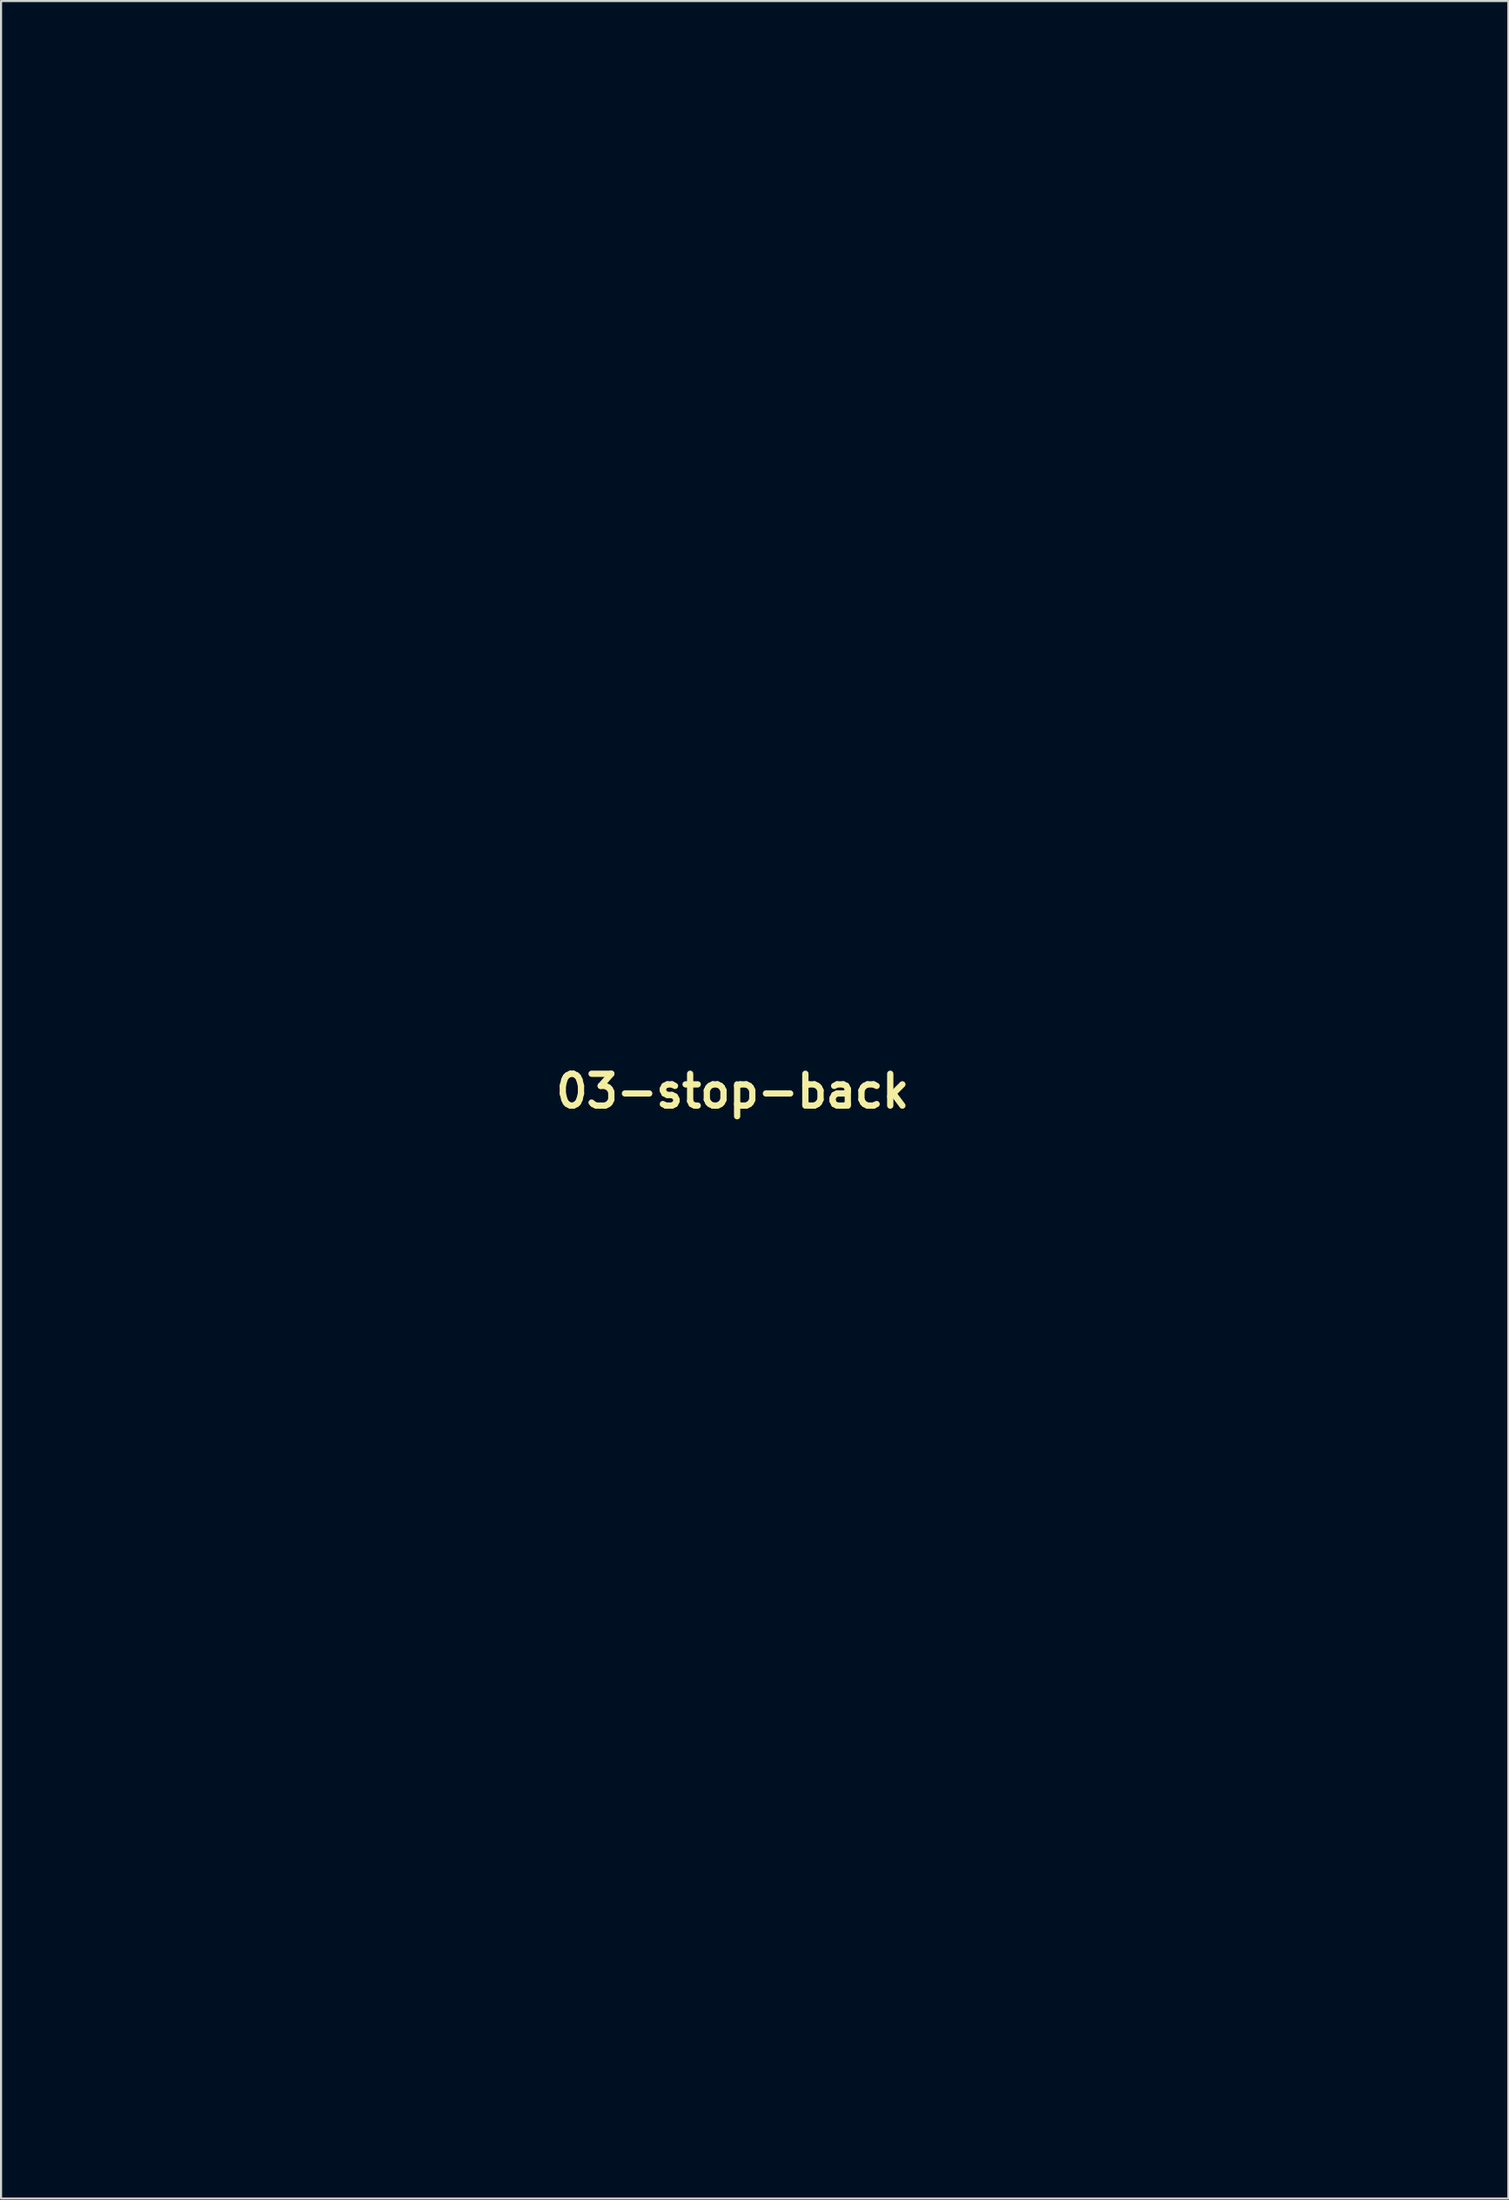
<source format=kicad_pcb>
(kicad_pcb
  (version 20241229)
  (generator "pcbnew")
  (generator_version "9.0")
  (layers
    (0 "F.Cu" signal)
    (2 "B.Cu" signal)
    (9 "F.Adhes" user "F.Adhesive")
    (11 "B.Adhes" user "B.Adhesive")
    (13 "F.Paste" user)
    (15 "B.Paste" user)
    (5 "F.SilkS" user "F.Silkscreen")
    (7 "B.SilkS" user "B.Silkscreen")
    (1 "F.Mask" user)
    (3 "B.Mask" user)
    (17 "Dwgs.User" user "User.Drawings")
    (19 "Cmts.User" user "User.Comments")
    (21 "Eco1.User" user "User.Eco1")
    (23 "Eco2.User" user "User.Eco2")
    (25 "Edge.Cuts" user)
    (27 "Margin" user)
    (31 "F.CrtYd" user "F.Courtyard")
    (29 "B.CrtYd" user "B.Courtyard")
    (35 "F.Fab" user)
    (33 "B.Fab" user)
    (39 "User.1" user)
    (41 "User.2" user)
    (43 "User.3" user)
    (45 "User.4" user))
  (footprint "03-stop-back"
    (layer "F.Cu")
    (at 32.02 49.186)
    (property "Reference" "03-stop-back" (at 0 0 0) (layer "F.SilkS") (effects (font (size 1.524 1.524) (thickness 0.3))))
    (attr through_hole)
    (fp_poly (pts (xy -31.75 39.555) (xy -31.882 39.688) (xy -32.015 39.555) (xy -31.882 39.423) (xy -31.75 39.555)) (stroke (width 0.01) (type solid)) (fill yes) (layer "B.Mask"))
    (fp_poly (pts (xy -30.692 43.259) (xy -30.824 43.392) (xy -30.956 43.259) (xy -30.824 43.127) (xy -30.692 43.259)) (stroke (width 0.01) (type solid)) (fill yes) (layer "B.Mask"))
    (fp_poly (pts (xy -29.898 37.968) (xy -30.03 38.1) (xy -30.163 37.968) (xy -30.03 37.835) (xy -29.898 37.968)) (stroke (width 0.01) (type solid)) (fill yes) (layer "B.Mask"))
    (fp_poly (pts (xy -26.988 42.995) (xy -27.12 43.127) (xy -27.252 42.995) (xy -27.12 42.862) (xy -26.988 42.995)) (stroke (width 0.01) (type solid)) (fill yes) (layer "B.Mask"))
    (fp_poly (pts (xy -23.283 42.73) (xy -23.416 42.862) (xy -23.548 42.73) (xy -23.416 42.598) (xy -23.283 42.73)) (stroke (width 0.01) (type solid)) (fill yes) (layer "B.Mask"))
    (fp_poly (pts (xy -21.431 24.474) (xy -21.564 24.606) (xy -21.696 24.474) (xy -21.564 24.342) (xy -21.431 24.474)) (stroke (width 0.01) (type solid)) (fill yes) (layer "B.Mask"))
    (fp_poly (pts (xy -20.373 29.766) (xy -20.505 29.898) (xy -20.638 29.766) (xy -20.505 29.633) (xy -20.373 29.766)) (stroke (width 0.01) (type solid)) (fill yes) (layer "B.Mask"))
    (fp_poly (pts (xy -17.727 9.128) (xy -17.859 9.26) (xy -17.992 9.128) (xy -17.859 8.996) (xy -17.727 9.128)) (stroke (width 0.01) (type solid)) (fill yes) (layer "B.Mask"))
    (fp_poly (pts (xy -17.462 -3.572) (xy -17.595 -3.44) (xy -17.727 -3.572) (xy -17.595 -3.704) (xy -17.462 -3.572)) (stroke (width 0.01) (type solid)) (fill yes) (layer "B.Mask"))
    (fp_poly (pts (xy -16.669 -1.984) (xy -16.801 -1.852) (xy -16.933 -1.984) (xy -16.801 -2.117) (xy -16.669 -1.984)) (stroke (width 0.01) (type solid)) (fill yes) (layer "B.Mask"))
    (fp_poly (pts (xy -14.817 -12.568) (xy -14.949 -12.435) (xy -15.081 -12.568) (xy -14.949 -12.7) (xy -14.817 -12.568)) (stroke (width 0.01) (type solid)) (fill yes) (layer "B.Mask"))
    (fp_poly (pts (xy -14.817 23.945) (xy -14.949 24.077) (xy -15.081 23.945) (xy -14.949 23.812) (xy -14.817 23.945)) (stroke (width 0.01) (type solid)) (fill yes) (layer "B.Mask"))
    (fp_poly (pts (xy -14.023 8.864) (xy -14.155 8.996) (xy -14.287 8.864) (xy -14.155 8.731) (xy -14.023 8.864)) (stroke (width 0.01) (type solid)) (fill yes) (layer "B.Mask"))
    (fp_poly (pts (xy -13.758 -2.249) (xy -13.891 -2.117) (xy -14.023 -2.249) (xy -13.891 -2.381) (xy -13.758 -2.249)) (stroke (width 0.01) (type solid)) (fill yes) (layer "B.Mask"))
    (fp_poly (pts (xy -13.229 1.455) (xy -13.361 1.587) (xy -13.494 1.455) (xy -13.361 1.323) (xy -13.229 1.455)) (stroke (width 0.01) (type solid)) (fill yes) (layer "B.Mask"))
    (fp_poly (pts (xy -12.435 41.936) (xy -12.568 42.069) (xy -12.7 41.936) (xy -12.568 41.804) (xy -12.435 41.936)) (stroke (width 0.01) (type solid)) (fill yes) (layer "B.Mask"))
    (fp_poly (pts (xy -11.642 -16.801) (xy -11.774 -16.669) (xy -11.906 -16.801) (xy -11.774 -16.933) (xy -11.642 -16.801)) (stroke (width 0.01) (type solid)) (fill yes) (layer "B.Mask"))
    (fp_poly (pts (xy -10.054 -18.918) (xy -10.186 -18.785) (xy -10.319 -18.918) (xy -10.186 -19.05) (xy -10.054 -18.918)) (stroke (width 0.01) (type solid)) (fill yes) (layer "B.Mask"))
    (fp_poly (pts (xy -9.79 -1.455) (xy -9.922 -1.323) (xy -10.054 -1.455) (xy -9.922 -1.587) (xy -9.79 -1.455)) (stroke (width 0.01) (type solid)) (fill yes) (layer "B.Mask"))
    (fp_poly (pts (xy -8.731 41.672) (xy -8.864 41.804) (xy -8.996 41.672) (xy -8.864 41.54) (xy -8.731 41.672)) (stroke (width 0.01) (type solid)) (fill yes) (layer "B.Mask"))
    (fp_poly (pts (xy -5.292 -26.326) (xy -5.424 -26.194) (xy -5.556 -26.326) (xy -5.424 -26.458) (xy -5.292 -26.326)) (stroke (width 0.01) (type solid)) (fill yes) (layer "B.Mask"))
    (fp_poly (pts (xy -5.027 -26.855) (xy -5.159 -26.723) (xy -5.292 -26.855) (xy -5.159 -26.988) (xy -5.027 -26.855)) (stroke (width 0.01) (type solid)) (fill yes) (layer "B.Mask"))
    (fp_poly (pts (xy 5.569 50.006) (xy -5.569 50.006) (xy -5.424 41.143) (xy 5.424 41.143) (xy 5.569 50.006)) (stroke (width 0.01) (type solid)) (fill yes) (layer "B.Mask"))
    (fp_poly (pts (xy 8.996 -20.77) (xy 8.864 -20.638) (xy 8.731 -20.77) (xy 8.864 -20.902) (xy 8.996 -20.77)) (stroke (width 0.01) (type solid)) (fill yes) (layer "B.Mask"))
    (fp_poly (pts (xy 9.26 41.672) (xy 9.128 41.804) (xy 8.996 41.672) (xy 9.128 41.54) (xy 9.26 41.672)) (stroke (width 0.01) (type solid)) (fill yes) (layer "B.Mask"))
    (fp_poly (pts (xy 9.79 -12.303) (xy 9.657 -12.171) (xy 9.525 -12.303) (xy 9.657 -12.435) (xy 9.79 -12.303)) (stroke (width 0.01) (type solid)) (fill yes) (layer "B.Mask"))
    (fp_poly (pts (xy 11.377 -17.595) (xy 11.245 -17.463) (xy 11.113 -17.595) (xy 11.245 -17.727) (xy 11.377 -17.595)) (stroke (width 0.01) (type solid)) (fill yes) (layer "B.Mask"))
    (fp_poly (pts (xy 11.377 -2.514) (xy 11.245 -2.381) (xy 11.113 -2.514) (xy 11.245 -2.646) (xy 11.377 -2.514)) (stroke (width 0.01) (type solid)) (fill yes) (layer "B.Mask"))
    (fp_poly (pts (xy 12.171 -9.657) (xy 12.039 -9.525) (xy 11.906 -9.657) (xy 12.039 -9.79) (xy 12.171 -9.657)) (stroke (width 0.01) (type solid)) (fill yes) (layer "B.Mask"))
    (fp_poly (pts (xy 12.965 -8.864) (xy 12.832 -8.731) (xy 12.7 -8.864) (xy 12.832 -8.996) (xy 12.965 -8.864)) (stroke (width 0.01) (type solid)) (fill yes) (layer "B.Mask"))
    (fp_poly (pts (xy 14.287 -2.249) (xy 14.155 -2.117) (xy 14.023 -2.249) (xy 14.155 -2.381) (xy 14.287 -2.249)) (stroke (width 0.01) (type solid)) (fill yes) (layer "B.Mask"))
    (fp_poly (pts (xy 14.552 8.864) (xy 14.42 8.996) (xy 14.287 8.864) (xy 14.42 8.731) (xy 14.552 8.864)) (stroke (width 0.01) (type solid)) (fill yes) (layer "B.Mask"))
    (fp_poly (pts (xy 14.552 11.774) (xy 14.42 11.906) (xy 14.287 11.774) (xy 14.42 11.642) (xy 14.552 11.774)) (stroke (width 0.01) (type solid)) (fill yes) (layer "B.Mask"))
    (fp_poly (pts (xy 15.081 -12.568) (xy 14.949 -12.435) (xy 14.817 -12.568) (xy 14.949 -12.7) (xy 15.081 -12.568)) (stroke (width 0.01) (type solid)) (fill yes) (layer "B.Mask"))
    (fp_poly (pts (xy 15.346 23.945) (xy 15.214 24.077) (xy 15.081 23.945) (xy 15.214 23.812) (xy 15.346 23.945)) (stroke (width 0.01) (type solid)) (fill yes) (layer "B.Mask"))
    (fp_poly (pts (xy 15.61 -5.953) (xy 15.478 -5.821) (xy 15.346 -5.953) (xy 15.478 -6.085) (xy 15.61 -5.953)) (stroke (width 0.01) (type solid)) (fill yes) (layer "B.Mask"))
    (fp_poly (pts (xy 17.198 -1.984) (xy 17.066 -1.852) (xy 16.933 -1.984) (xy 17.066 -2.117) (xy 17.198 -1.984)) (stroke (width 0.01) (type solid)) (fill yes) (layer "B.Mask"))
    (fp_poly (pts (xy 17.727 -3.572) (xy 17.595 -3.44) (xy 17.462 -3.572) (xy 17.595 -3.704) (xy 17.727 -3.572)) (stroke (width 0.01) (type solid)) (fill yes) (layer "B.Mask"))
    (fp_poly (pts (xy 18.256 9.128) (xy 18.124 9.26) (xy 17.992 9.128) (xy 18.124 8.996) (xy 18.256 9.128)) (stroke (width 0.01) (type solid)) (fill yes) (layer "B.Mask"))
    (fp_poly (pts (xy 18.521 24.209) (xy 18.389 24.342) (xy 18.256 24.209) (xy 18.389 24.077) (xy 18.521 24.209)) (stroke (width 0.01) (type solid)) (fill yes) (layer "B.Mask"))
    (fp_poly (pts (xy 20.637 7.541) (xy 20.505 7.673) (xy 20.373 7.541) (xy 20.505 7.408) (xy 20.637 7.541)) (stroke (width 0.01) (type solid)) (fill yes) (layer "B.Mask"))
    (fp_poly (pts (xy 20.637 17.595) (xy 20.505 17.727) (xy 20.373 17.595) (xy 20.505 17.462) (xy 20.637 17.595)) (stroke (width 0.01) (type solid)) (fill yes) (layer "B.Mask"))
    (fp_poly (pts (xy 21.96 24.474) (xy 21.828 24.606) (xy 21.696 24.474) (xy 21.828 24.342) (xy 21.96 24.474)) (stroke (width 0.01) (type solid)) (fill yes) (layer "B.Mask"))
    (fp_poly (pts (xy 23.812 42.73) (xy 23.68 42.862) (xy 23.548 42.73) (xy 23.68 42.598) (xy 23.812 42.73)) (stroke (width 0.01) (type solid)) (fill yes) (layer "B.Mask"))
    (fp_poly (pts (xy 24.871 21.564) (xy 24.739 21.696) (xy 24.606 21.564) (xy 24.739 21.431) (xy 24.871 21.564)) (stroke (width 0.01) (type solid)) (fill yes) (layer "B.Mask"))
    (fp_poly (pts (xy 25.135 24.739) (xy 25.003 24.871) (xy 24.871 24.739) (xy 25.003 24.606) (xy 25.135 24.739)) (stroke (width 0.01) (type solid)) (fill yes) (layer "B.Mask"))
    (fp_poly (pts (xy 27.517 42.995) (xy 27.384 43.127) (xy 27.252 42.995) (xy 27.384 42.862) (xy 27.517 42.995)) (stroke (width 0.01) (type solid)) (fill yes) (layer "B.Mask"))
    (fp_poly (pts (xy 31.221 43.259) (xy 31.089 43.392) (xy 30.956 43.259) (xy 31.089 43.127) (xy 31.221 43.259)) (stroke (width 0.01) (type solid)) (fill yes) (layer "B.Mask"))
    (fp_poly (pts (xy 32.015 39.555) (xy 31.882 39.688) (xy 31.75 39.555) (xy 31.882 39.423) (xy 32.015 39.555)) (stroke (width 0.01) (type solid)) (fill yes) (layer "B.Mask"))
    (fp_poly (pts (xy 34.131 41.407) (xy 33.999 41.54) (xy 33.867 41.407) (xy 33.999 41.275) (xy 34.131 41.407)) (stroke (width 0.01) (type solid)) (fill yes) (layer "B.Mask"))
    (fp_poly (pts (xy 3.344 -26.539) (xy 4.204 -25.978) (xy 4.8 -25.116) (xy 5.021 -24) (xy 5.021 -23.991) (xy 4.789 -22.827) (xy 4.177 -21.929) (xy 3.292 -21.355) (xy 2.24 -21.165) (xy 1.129 -21.417) (xy 0.748 -21.62) (xy -0.07 -22.403) (xy -0.494 -23.406) (xy -0.508 -24.484) (xy -0.098 -25.497) (xy 0.293 -25.955) (xy 1.277 -26.573) (xy 2.332 -26.752) (xy 3.344 -26.539)) (stroke (width 0.01) (type solid)) (fill yes) (layer "B.Mask"))
    (fp_poly (pts (xy 6.022 0.13) (xy 6.897 0.745) (xy 7.483 1.669) (xy 7.673 2.708) (xy 7.58 3.499) (xy 7.225 4.157) (xy 6.773 4.657) (xy 5.784 5.38) (xy 4.783 5.577) (xy 3.755 5.245) (xy 3.052 4.735) (xy 2.448 4.122) (xy 2.176 3.538) (xy 2.117 2.81) (xy 2.326 1.575) (xy 2.958 0.657) (xy 3.835 0.116) (xy 4.965 -0.105) (xy 6.022 0.13)) (stroke (width 0.01) (type solid)) (fill yes) (layer "B.Mask"))
    (fp_poly (pts (xy 7.74 -12.484) (xy 8.468 -11.946) (xy 9.216 -10.898) (xy 9.456 -9.815) (xy 9.197 -8.767) (xy 8.449 -7.827) (xy 7.857 -7.397) (xy 7.04 -6.986) (xy 6.374 -6.936) (xy 5.625 -7.247) (xy 5.389 -7.387) (xy 4.346 -8.245) (xy 3.788 -9.22) (xy 3.725 -10.252) (xy 4.167 -11.282) (xy 4.604 -11.8) (xy 5.623 -12.521) (xy 6.696 -12.75) (xy 7.74 -12.484)) (stroke (width 0.01) (type solid)) (fill yes) (layer "B.Mask"))
    (fp_poly (pts (xy -10.637 -12.997) (xy -9.756 -12.399) (xy -9.097 -11.579) (xy -8.888 -11.06) (xy -8.835 -9.93) (xy -9.192 -8.914) (xy -9.865 -8.102) (xy -10.763 -7.585) (xy -11.793 -7.452) (xy -12.435 -7.595) (xy -13.192 -8.073) (xy -13.898 -8.839) (xy -14.368 -9.678) (xy -14.44 -9.936) (xy -14.393 -10.998) (xy -13.921 -11.97) (xy -13.127 -12.733) (xy -12.113 -13.17) (xy -11.562 -13.229) (xy -10.637 -12.997)) (stroke (width 0.01) (type solid)) (fill yes) (layer "B.Mask"))
    (fp_poly (pts (xy 7.758 23.307) (xy 8.558 23.828) (xy 9.313 24.696) (xy 9.625 25.678) (xy 9.535 26.674) (xy 9.084 27.584) (xy 8.314 28.309) (xy 7.267 28.751) (xy 6.464 28.84) (xy 5.728 28.61) (xy 4.896 27.968) (xy 4.868 27.94) (xy 4.27 27.233) (xy 4.01 26.559) (xy 3.969 25.991) (xy 4.206 24.803) (xy 4.887 23.877) (xy 5.953 23.283) (xy 6.911 23.104) (xy 7.758 23.307)) (stroke (width 0.01) (type solid)) (fill yes) (layer "B.Mask"))
    (fp_poly (pts (xy -18.191 41.875) (xy -17.29 42.545) (xy -16.833 43.219) (xy -16.526 43.98) (xy -16.491 44.618) (xy -16.646 45.271) (xy -17.193 46.27) (xy -18.063 46.938) (xy -19.125 47.218) (xy -20.251 47.055) (xy -20.528 46.938) (xy -21.341 46.322) (xy -21.953 45.45) (xy -22.222 44.531) (xy -22.225 44.44) (xy -22.01 43.581) (xy -21.46 42.701) (xy -20.722 42.003) (xy -20.336 41.789) (xy -19.254 41.604) (xy -18.191 41.875)) (stroke (width 0.01) (type solid)) (fill yes) (layer "B.Mask"))
    (fp_poly (pts (xy -11.211 32.672) (xy -10.336 33.111) (xy -9.665 33.867) (xy -9.302 34.923) (xy -9.266 35.408) (xy -9.355 36.297) (xy -9.709 36.969) (xy -10.034 37.327) (xy -10.662 37.839) (xy -11.34 38.062) (xy -12.044 38.1) (xy -12.914 38.034) (xy -13.519 37.769) (xy -14.017 37.313) (xy -14.708 36.316) (xy -14.89 35.317) (xy -14.675 34.462) (xy -14.022 33.447) (xy -13.159 32.822) (xy -12.187 32.57) (xy -11.211 32.672)) (stroke (width 0.01) (type solid)) (fill yes) (layer "B.Mask"))
    (fp_poly (pts (xy -10.207 10.232) (xy -9.662 10.664) (xy -9.4 10.92) (xy -8.789 11.633) (xy -8.515 12.29) (xy -8.467 12.879) (xy -8.688 14.079) (xy -9.35 14.986) (xy -10.213 15.506) (xy -11.039 15.799) (xy -11.648 15.831) (xy -12.279 15.606) (xy -12.41 15.54) (xy -13.307 14.823) (xy -13.921 13.828) (xy -14.129 12.822) (xy -13.883 11.822) (xy -13.219 10.962) (xy -12.247 10.353) (xy -11.426 10.133) (xy -10.72 10.084) (xy -10.207 10.232)) (stroke (width 0.01) (type solid)) (fill yes) (layer "B.Mask"))
    (fp_poly (pts (xy 21.119 41.754) (xy 22.027 42.326) (xy 22.64 43.15) (xy 22.915 44.12) (xy 22.808 45.131) (xy 22.278 46.077) (xy 21.931 46.418) (xy 21.33 46.854) (xy 20.848 47.085) (xy 20.771 47.096) (xy 20.189 47.184) (xy 20.064 47.223) (xy 19.605 47.2) (xy 18.951 46.973) (xy 18.87 46.935) (xy 18.06 46.273) (xy 17.465 45.293) (xy 17.202 44.193) (xy 17.198 44.053) (xy 17.433 43.241) (xy 18.037 42.463) (xy 18.862 41.855) (xy 19.759 41.552) (xy 19.959 41.54) (xy 21.119 41.754)) (stroke (width 0.01) (type solid)) (fill yes) (layer "B.Mask"))
    (fp_poly (pts (xy 22.028 8.898) (xy 22.078 9.02) (xy 22.177 9.256) (xy 22.359 9.357) (xy 22.725 9.681) (xy 23.123 10.289) (xy 23.196 10.434) (xy 23.468 11.522) (xy 23.3 12.545) (xy 22.78 13.424) (xy 21.996 14.08) (xy 21.037 14.434) (xy 19.991 14.408) (xy 19.133 14.05) (xy 18.49 13.555) (xy 18.038 13.048) (xy 18.009 12.996) (xy 17.733 11.964) (xy 17.887 10.873) (xy 18.422 9.892) (xy 19.025 9.345) (xy 19.517 9.138) (xy 20.214 8.974) (xy 20.965 8.868) (xy 21.62 8.838) (xy 22.028 8.898)) (stroke (width 0.01) (type solid)) (fill yes) (layer "B.Mask"))
    (fp_poly (pts (xy 0.02 -49.18) (xy 0.192 -48.798) (xy 0.491 -48.033) (xy 0.872 -47.004) (xy 1.215 -46.044) (xy 1.627 -44.902) (xy 1.991 -43.944) (xy 2.265 -43.281) (xy 2.394 -43.034) (xy 2.718 -42.94) (xy 3.469 -42.839) (xy 4.544 -42.741) (xy 5.841 -42.657) (xy 6.247 -42.637) (xy 9.9 -42.466) (xy 7.53 -40.576) (xy 6.29 -39.596) (xy 5.405 -38.866) (xy 4.834 -38.283) (xy 4.537 -37.743) (xy 4.476 -37.142) (xy 4.611 -36.377) (xy 4.902 -35.345) (xy 5.176 -34.414) (xy 5.519 -33.183) (xy 5.787 -32.146) (xy 5.956 -31.404) (xy 6.001 -31.055) (xy 5.996 -31.043) (xy 5.742 -31.132) (xy 5.138 -31.461) (xy 4.275 -31.976) (xy 3.27 -32.609) (xy 2.214 -33.29) (xy 1.306 -33.873) (xy 0.646 -34.294) (xy 0.345 -34.483) (xy 0.007 -34.416) (xy -0.685 -34.075) (xy -1.659 -33.501) (xy -2.843 -32.733) (xy -2.918 -32.683) (xy -4.156 -31.849) (xy -5.023 -31.275) (xy -5.584 -30.924) (xy -5.904 -30.757) (xy -6.05 -30.735) (xy -6.085 -30.82) (xy -6.085 -30.828) (xy -6.02 -31.11) (xy -5.846 -31.787) (xy -5.593 -32.745) (xy -5.292 -33.87) (xy -4.974 -35.046) (xy -4.67 -36.159) (xy -4.41 -37.095) (xy -4.337 -37.352) (xy -4.43 -37.692) (xy -4.885 -38.206) (xy -5.738 -38.931) (xy -6.405 -39.444) (xy -7.701 -40.426) (xy -8.619 -41.146) (xy -9.207 -41.651) (xy -9.516 -41.989) (xy -9.595 -42.208) (xy -9.494 -42.356) (xy -9.462 -42.378) (xy -9.079 -42.461) (xy -8.283 -42.529) (xy -7.191 -42.576) (xy -5.919 -42.594) (xy -2.71 -42.598) (xy -2.431 -43.326) (xy -2.15 -44.122) (xy -1.966 -44.715) (xy -1.628 -45.792) (xy -1.234 -46.87) (xy -0.827 -47.848) (xy -0.453 -48.627) (xy -0.156 -49.105) (xy 0.019 -49.181) (xy 0.02 -49.18)) (stroke (width 0.01) (type solid)) (fill yes) (layer "B.Mask")))
  (gr_rect
    (start -3 -3)
    (end 69.156 102.197)
    (stroke (width 0.1) (type default))
    (fill no)
    (layer "Edge.Cuts")))
</source>
